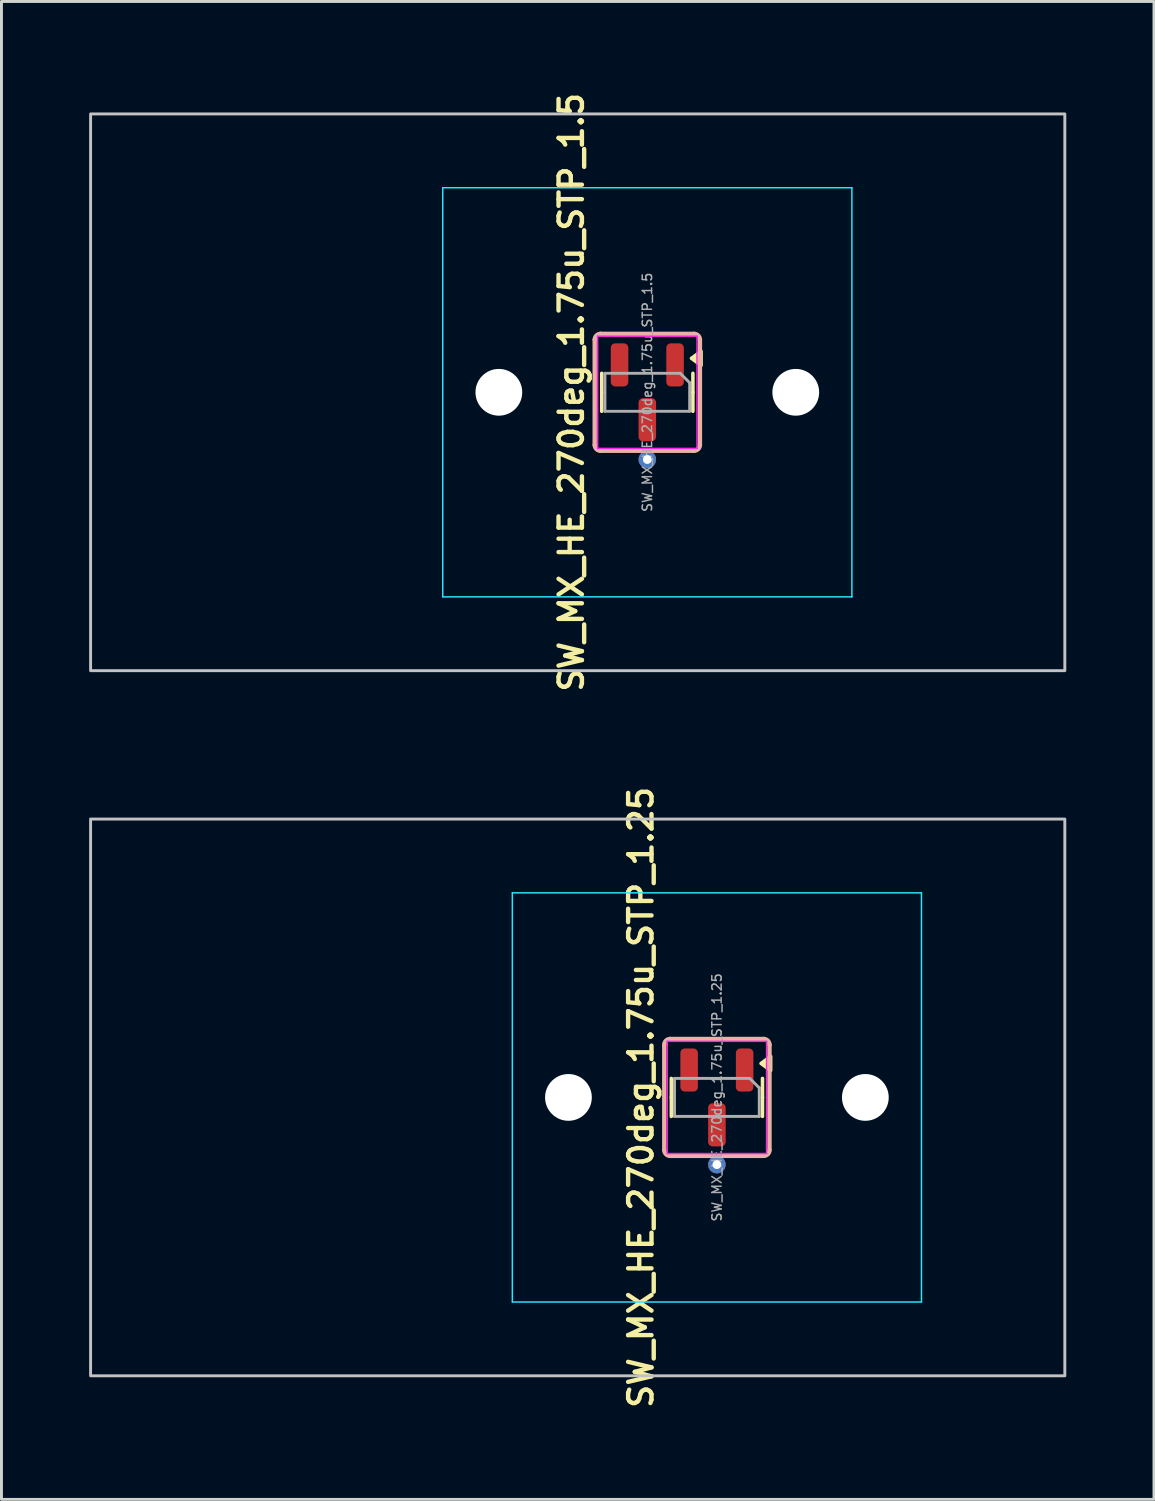
<source format=kicad_pcb>
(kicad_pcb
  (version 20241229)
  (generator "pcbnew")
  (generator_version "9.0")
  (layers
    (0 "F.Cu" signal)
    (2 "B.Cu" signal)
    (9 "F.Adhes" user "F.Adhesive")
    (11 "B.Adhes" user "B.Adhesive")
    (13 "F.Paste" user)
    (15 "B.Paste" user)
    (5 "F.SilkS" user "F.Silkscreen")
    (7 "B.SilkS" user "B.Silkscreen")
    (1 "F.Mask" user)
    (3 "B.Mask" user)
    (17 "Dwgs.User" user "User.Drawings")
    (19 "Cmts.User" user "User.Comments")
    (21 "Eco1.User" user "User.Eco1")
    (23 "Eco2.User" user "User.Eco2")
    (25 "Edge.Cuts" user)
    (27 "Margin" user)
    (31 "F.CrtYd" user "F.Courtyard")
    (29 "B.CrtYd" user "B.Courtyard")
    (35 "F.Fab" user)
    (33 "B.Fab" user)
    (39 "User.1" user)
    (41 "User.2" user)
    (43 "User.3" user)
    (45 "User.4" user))
  (footprint "SW_MX_HE_270deg_1.75u_STP_1.25"
    (layer "F.Cu")
    (at 21.481 34.502)
    (property "Reference" "SW_MX_HE_270deg_1.75u_STP_1.25" (at -2.6 0 90) (layer "F.SilkS") (effects (font (size 0.8 0.8) (thickness 0.15))))
    (attr smd)
    (fp_line (start -1.56 0) (end -1.56 -0.65) (stroke (width 0.12) (type solid)) (layer "F.SilkS"))
    (fp_line (start -1.56 0) (end -1.56 0.65) (stroke (width 0.12) (type solid)) (layer "F.SilkS"))
    (fp_line (start 1.56 0) (end 1.56 -0.65) (stroke (width 0.12) (type solid)) (layer "F.SilkS"))
    (fp_line (start 1.56 0) (end 1.56 0.65) (stroke (width 0.12) (type solid)) (layer "F.SilkS"))
    (fp_poly (pts (xy 1.51 -1.163) (xy 1.84 -1.403) (xy 1.84 -0.922) (xy 1.51 -1.163)) (stroke (width 0.12) (type solid)) (fill yes) (layer "F.SilkS"))
    (fp_line (start -1.8 -1.8) (end -1.8 1.8) (stroke (width 0.15) (type default)) (layer "B.SilkS"))
    (fp_line (start -1.6 2) (end 1.6 2) (stroke (width 0.15) (type default)) (layer "B.SilkS"))
    (fp_line (start 1.6 -2) (end -1.6 -2) (stroke (width 0.15) (type default)) (layer "B.SilkS"))
    (fp_line (start 1.8 1.8) (end 1.8 -1.8) (stroke (width 0.15) (type default)) (layer "B.SilkS"))
    (fp_arc (start -1.8 -1.8) (mid -1.741421 -1.941421) (end -1.6 -2) (stroke (width 0.15) (type default)) (layer "B.SilkS"))
    (fp_arc (start -1.6 2) (mid -1.741421 1.941421) (end -1.8 1.8) (stroke (width 0.15) (type default)) (layer "B.SilkS"))
    (fp_arc (start 1.6 -2) (mid 1.741421 -1.941421) (end 1.8 -1.8) (stroke (width 0.15) (type default)) (layer "B.SilkS"))
    (fp_arc (start 1.8 1.8) (mid 1.741421 1.941421) (end 1.6 2) (stroke (width 0.15) (type default)) (layer "B.SilkS"))
    (fp_rect (start -21.431 -9.525) (end 11.906 9.525) (stroke (width 0.1) (type default)) (fill no) (layer "Dwgs.User"))
    (fp_line (start -7 6.5) (end -7 -6.5) (stroke (width 0.05) (type solid)) (layer "Eco2.User"))
    (fp_line (start -6.5 -7) (end 6.5 -7) (stroke (width 0.05) (type solid)) (layer "Eco2.User"))
    (fp_line (start 6.5 7) (end -6.5 7) (stroke (width 0.05) (type solid)) (layer "Eco2.User"))
    (fp_line (start 7 -6.5) (end 7 6.5) (stroke (width 0.05) (type solid)) (layer "Eco2.User"))
    (fp_arc (start -7 -6.5) (mid -6.853553 -6.853553) (end -6.5 -7) (stroke (width 0.05) (type solid)) (layer "Eco2.User"))
    (fp_arc (start -6.5 7) (mid -6.853553 6.853553) (end -7 6.5) (stroke (width 0.05) (type solid)) (layer "Eco2.User"))
    (fp_arc (start 6.5 -7) (mid 6.853553 -6.853553) (end 7 -6.5) (stroke (width 0.05) (type solid)) (layer "Eco2.User"))
    (fp_arc (start 6.997236 6.498884) (mid 6.850789 6.852437) (end 6.497236 6.998884) (stroke (width 0.05) (type solid)) (layer "Eco2.User"))
    (fp_line (start -7 -7) (end -7 7) (stroke (width 0.05) (type solid)) (layer "B.CrtYd"))
    (fp_line (start -7 7) (end 7 7) (stroke (width 0.05) (type solid)) (layer "B.CrtYd"))
    (fp_line (start 7 -7) (end -7 -7) (stroke (width 0.05) (type solid)) (layer "B.CrtYd"))
    (fp_line (start 7 7) (end 7 -7) (stroke (width 0.05) (type solid)) (layer "B.CrtYd"))
    (fp_line (start -1.7 -1.92) (end -1.7 1.92) (stroke (width 0.05) (type solid)) (layer "F.CrtYd"))
    (fp_line (start -1.7 1.92) (end 1.7 1.92) (stroke (width 0.05) (type solid)) (layer "F.CrtYd"))
    (fp_line (start 1.7 -1.92) (end -1.7 -1.92) (stroke (width 0.05) (type solid)) (layer "F.CrtYd"))
    (fp_line (start 1.7 1.92) (end 1.7 -1.92) (stroke (width 0.05) (type solid)) (layer "F.CrtYd"))
    (fp_line (start -1.45 -0.65) (end 1.125 -0.65) (stroke (width 0.1) (type solid)) (layer "F.Fab"))
    (fp_line (start -1.45 0.65) (end -1.45 -0.65) (stroke (width 0.1) (type solid)) (layer "F.Fab"))
    (fp_line (start 1.125 -0.65) (end 1.45 -0.325) (stroke (width 0.1) (type solid)) (layer "F.Fab"))
    (fp_line (start 1.45 -0.325) (end 1.45 0.65) (stroke (width 0.1) (type solid)) (layer "F.Fab"))
    (fp_line (start 1.45 0.65) (end -1.45 0.65) (stroke (width 0.1) (type solid)) (layer "F.Fab"))
    (fp_text user "${REFERENCE}" (at 0 0 270) (layer "F.Fab") (effects (font (size 0.32 0.32) (thickness 0.05))))
    (pad "" np_thru_hole circle (at -5.08 0) (size 1.6 1.6) (drill 1.7) (layers "*.Cu" "*.Mask"))
    (pad "" np_thru_hole circle (at 5.08 0) (size 1.6 1.6) (drill 1.7) (layers "*.Cu" "*.Mask"))
    (pad "1" smd roundrect (at 0.95 -0.938 270) (size 1.475 0.6) (layers "F.Cu" "F.Mask" "F.Paste") (roundrect_rratio 0.25))
    (pad "2" smd roundrect (at -0.95 -0.938 270) (size 1.475 0.6) (layers "F.Cu" "F.Mask" "F.Paste") (roundrect_rratio 0.25))
    (pad "3" smd roundrect (at 0 0.938 270) (size 1.475 0.6) (layers "F.Cu" "F.Mask" "F.Paste") (roundrect_rratio 0.25))
    (pad "3" thru_hole circle (at 0 2.3 270) (size 0.6 0.6) (drill 0.3) (layers "*.Cu"))
    (zone (net_name "") (layer "F.Cu") (name "HE keepout_bot") (hatch edge 0.5) (connect_pads) (min_thickness 0.25) (filled_areas_thickness no) (keepout (tracks allowed) (vias allowed) (pads allowed) (copperpour not_allowed) (footprints allowed)) (placement (enabled no)) (fill) (polygon (pts (arc (start 23.08125 36.501675) (mid 23.222671 36.443096) (end 23.28125 36.301675)) (arc (start 23.28125 32.701675) (mid 23.222671 32.560254) (end 23.08125 32.501675)) (arc (start 19.88125 32.501675) (mid 19.739829 32.560254) (end 19.68125 32.701675)) (arc (start 19.68125 36.301675) (mid 19.739829 36.443096) (end 19.88125 36.501675)) (arc (start 20.98125 36.501675) (mid 21.122671 36.443096) (end 21.18125 36.301675)) (arc (start 21.18125 34.901675) (mid 21.239829 34.760254) (end 21.38125 34.701675)) (arc (start 21.58125 34.701675) (mid 21.722671 34.760254) (end 21.78125 34.901675)) (arc (start 21.78125 36.301675) (mid 21.839829 36.443096) (end 21.98125 36.501675)))))
    (zone (net_name "") (layer "In1.Cu") (name "HE keepout_top") (hatch edge 0.5) (connect_pads) (min_thickness 0.25) (filled_areas_thickness no) (keepout (tracks allowed) (vias allowed) (pads allowed) (copperpour not_allowed) (footprints allowed)) (placement (enabled no)) (fill) (polygon (pts (arc (start 23.08125 36.501675) (mid 23.222671 36.443096) (end 23.28125 36.301675)) (arc (start 23.28125 32.701675) (mid 23.222671 32.560254) (end 23.08125 32.501675)) (arc (start 19.88125 32.501675) (mid 19.739829 32.560254) (end 19.68125 32.701675)) (arc (start 19.68125 36.301675) (mid 19.739829 36.443096) (end 19.88125 36.501675))))))
  (footprint "SW_MX_HE_270deg_1.75u_STP_1.5"
    (layer "F.Cu")
    (at 19.1 10.374)
    (property "Reference" "SW_MX_HE_270deg_1.75u_STP_1.5" (at -2.6 0 90) (layer "F.SilkS") (effects (font (size 0.8 0.8) (thickness 0.15))))
    (attr smd)
    (fp_line (start -1.56 0) (end -1.56 -0.65) (stroke (width 0.12) (type solid)) (layer "F.SilkS"))
    (fp_line (start -1.56 0) (end -1.56 0.65) (stroke (width 0.12) (type solid)) (layer "F.SilkS"))
    (fp_line (start 1.56 0) (end 1.56 -0.65) (stroke (width 0.12) (type solid)) (layer "F.SilkS"))
    (fp_line (start 1.56 0) (end 1.56 0.65) (stroke (width 0.12) (type solid)) (layer "F.SilkS"))
    (fp_poly (pts (xy 1.51 -1.163) (xy 1.84 -1.403) (xy 1.84 -0.922) (xy 1.51 -1.163)) (stroke (width 0.12) (type solid)) (fill yes) (layer "F.SilkS"))
    (fp_line (start -1.8 -1.8) (end -1.8 1.8) (stroke (width 0.15) (type default)) (layer "B.SilkS"))
    (fp_line (start -1.6 2) (end 1.6 2) (stroke (width 0.15) (type default)) (layer "B.SilkS"))
    (fp_line (start 1.6 -2) (end -1.6 -2) (stroke (width 0.15) (type default)) (layer "B.SilkS"))
    (fp_line (start 1.8 1.8) (end 1.8 -1.8) (stroke (width 0.15) (type default)) (layer "B.SilkS"))
    (fp_arc (start -1.8 -1.8) (mid -1.741421 -1.941421) (end -1.6 -2) (stroke (width 0.15) (type default)) (layer "B.SilkS"))
    (fp_arc (start -1.6 2) (mid -1.741421 1.941421) (end -1.8 1.8) (stroke (width 0.15) (type default)) (layer "B.SilkS"))
    (fp_arc (start 1.6 -2) (mid 1.741421 -1.941421) (end 1.8 -1.8) (stroke (width 0.15) (type default)) (layer "B.SilkS"))
    (fp_arc (start 1.8 1.8) (mid 1.741421 1.941421) (end 1.6 2) (stroke (width 0.15) (type default)) (layer "B.SilkS"))
    (fp_rect (start -19.05 -9.525) (end 14.287 9.525) (stroke (width 0.1) (type default)) (fill no) (layer "Dwgs.User"))
    (fp_line (start -7 6.5) (end -7 -6.5) (stroke (width 0.05) (type solid)) (layer "Eco2.User"))
    (fp_line (start -6.5 -7) (end 6.5 -7) (stroke (width 0.05) (type solid)) (layer "Eco2.User"))
    (fp_line (start 6.5 7) (end -6.5 7) (stroke (width 0.05) (type solid)) (layer "Eco2.User"))
    (fp_line (start 7 -6.5) (end 7 6.5) (stroke (width 0.05) (type solid)) (layer "Eco2.User"))
    (fp_arc (start -7 -6.5) (mid -6.853553 -6.853553) (end -6.5 -7) (stroke (width 0.05) (type solid)) (layer "Eco2.User"))
    (fp_arc (start -6.5 7) (mid -6.853553 6.853553) (end -7 6.5) (stroke (width 0.05) (type solid)) (layer "Eco2.User"))
    (fp_arc (start 6.5 -7) (mid 6.853553 -6.853553) (end 7 -6.5) (stroke (width 0.05) (type solid)) (layer "Eco2.User"))
    (fp_arc (start 6.997236 6.498884) (mid 6.850789 6.852437) (end 6.497236 6.998884) (stroke (width 0.05) (type solid)) (layer "Eco2.User"))
    (fp_line (start -7 -7) (end -7 7) (stroke (width 0.05) (type solid)) (layer "B.CrtYd"))
    (fp_line (start -7 7) (end 7 7) (stroke (width 0.05) (type solid)) (layer "B.CrtYd"))
    (fp_line (start 7 -7) (end -7 -7) (stroke (width 0.05) (type solid)) (layer "B.CrtYd"))
    (fp_line (start 7 7) (end 7 -7) (stroke (width 0.05) (type solid)) (layer "B.CrtYd"))
    (fp_line (start -1.7 -1.92) (end -1.7 1.92) (stroke (width 0.05) (type solid)) (layer "F.CrtYd"))
    (fp_line (start -1.7 1.92) (end 1.7 1.92) (stroke (width 0.05) (type solid)) (layer "F.CrtYd"))
    (fp_line (start 1.7 -1.92) (end -1.7 -1.92) (stroke (width 0.05) (type solid)) (layer "F.CrtYd"))
    (fp_line (start 1.7 1.92) (end 1.7 -1.92) (stroke (width 0.05) (type solid)) (layer "F.CrtYd"))
    (fp_line (start -1.45 -0.65) (end 1.125 -0.65) (stroke (width 0.1) (type solid)) (layer "F.Fab"))
    (fp_line (start -1.45 0.65) (end -1.45 -0.65) (stroke (width 0.1) (type solid)) (layer "F.Fab"))
    (fp_line (start 1.125 -0.65) (end 1.45 -0.325) (stroke (width 0.1) (type solid)) (layer "F.Fab"))
    (fp_line (start 1.45 -0.325) (end 1.45 0.65) (stroke (width 0.1) (type solid)) (layer "F.Fab"))
    (fp_line (start 1.45 0.65) (end -1.45 0.65) (stroke (width 0.1) (type solid)) (layer "F.Fab"))
    (fp_text user "${REFERENCE}" (at 0 0 270) (layer "F.Fab") (effects (font (size 0.32 0.32) (thickness 0.05))))
    (pad "" np_thru_hole circle (at -5.08 0) (size 1.6 1.6) (drill 1.7) (layers "*.Cu" "*.Mask"))
    (pad "" np_thru_hole circle (at 5.08 0) (size 1.6 1.6) (drill 1.7) (layers "*.Cu" "*.Mask"))
    (pad "1" smd roundrect (at 0.95 -0.938 270) (size 1.475 0.6) (layers "F.Cu" "F.Mask" "F.Paste") (roundrect_rratio 0.25))
    (pad "2" smd roundrect (at -0.95 -0.938 270) (size 1.475 0.6) (layers "F.Cu" "F.Mask" "F.Paste") (roundrect_rratio 0.25))
    (pad "3" smd roundrect (at 0 0.938 270) (size 1.475 0.6) (layers "F.Cu" "F.Mask" "F.Paste") (roundrect_rratio 0.25))
    (pad "3" thru_hole circle (at 0 2.3 270) (size 0.6 0.6) (drill 0.3) (layers "*.Cu"))
    (zone (net_name "") (layer "F.Cu") (name "HE keepout_bot") (hatch edge 0.5) (connect_pads) (min_thickness 0.25) (filled_areas_thickness no) (keepout (tracks allowed) (vias allowed) (pads allowed) (copperpour not_allowed) (footprints allowed)) (placement (enabled no)) (fill) (polygon (pts (arc (start 20.7 12.373574) (mid 20.841421 12.314995) (end 20.9 12.173574)) (arc (start 20.9 8.573574) (mid 20.841421 8.432153) (end 20.7 8.373574)) (arc (start 17.5 8.373574) (mid 17.358579 8.432153) (end 17.3 8.573574)) (arc (start 17.3 12.173574) (mid 17.358579 12.314995) (end 17.5 12.373574)) (arc (start 18.6 12.373574) (mid 18.741421 12.314995) (end 18.8 12.173574)) (arc (start 18.8 10.773574) (mid 18.858579 10.632153) (end 19 10.573574)) (arc (start 19.2 10.573574) (mid 19.341421 10.632153) (end 19.4 10.773574)) (arc (start 19.4 12.173574) (mid 19.458579 12.314995) (end 19.6 12.373574)))))
    (zone (net_name "") (layer "In1.Cu") (name "HE keepout_top") (hatch edge 0.5) (connect_pads) (min_thickness 0.25) (filled_areas_thickness no) (keepout (tracks allowed) (vias allowed) (pads allowed) (copperpour not_allowed) (footprints allowed)) (placement (enabled no)) (fill) (polygon (pts (arc (start 20.7 12.373574) (mid 20.841421 12.314995) (end 20.9 12.173574)) (arc (start 20.9 8.573574) (mid 20.841421 8.432153) (end 20.7 8.373574)) (arc (start 17.5 8.373574) (mid 17.358579 8.432153) (end 17.3 8.573574)) (arc (start 17.3 12.173574) (mid 17.358579 12.314995) (end 17.5 12.373574))))))
  (gr_rect
    (start -3 -3)
    (end 36.438 48.256)
    (stroke (width 0.1) (type default))
    (fill no)
    (layer "Edge.Cuts")))
</source>
